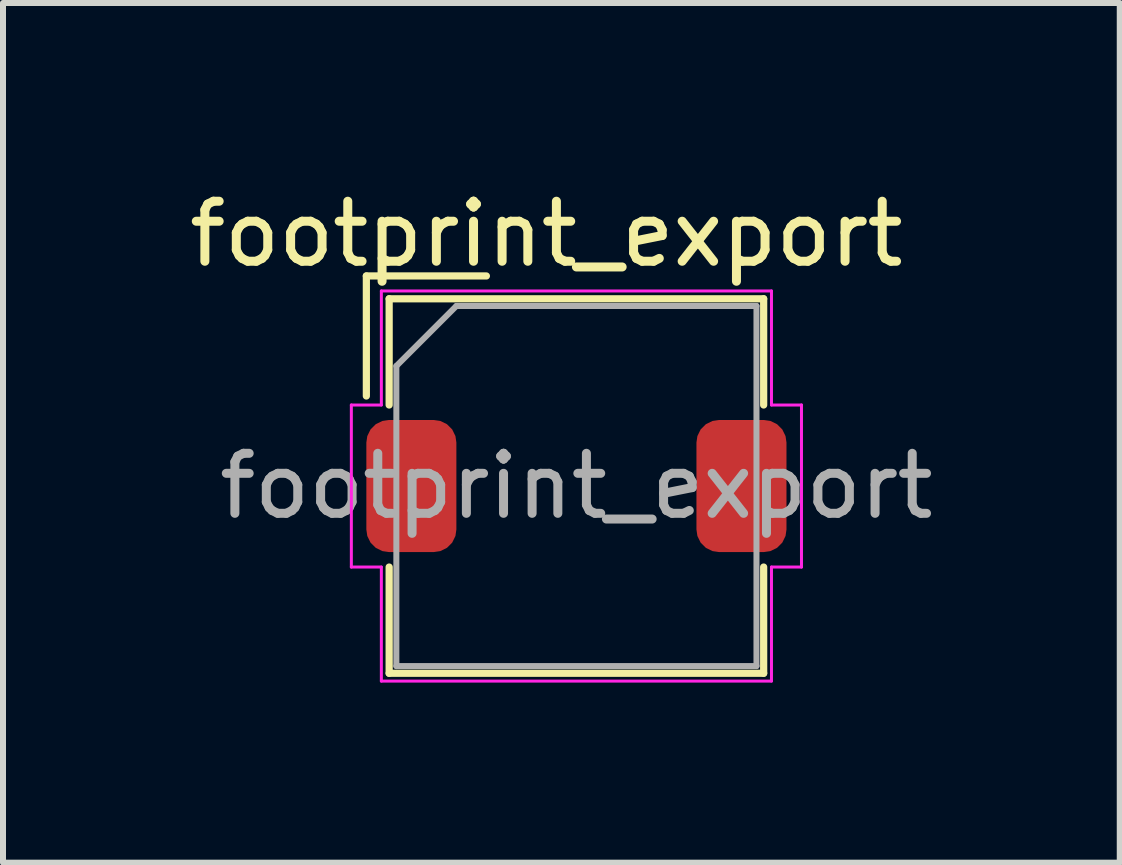
<source format=kicad_pcb>
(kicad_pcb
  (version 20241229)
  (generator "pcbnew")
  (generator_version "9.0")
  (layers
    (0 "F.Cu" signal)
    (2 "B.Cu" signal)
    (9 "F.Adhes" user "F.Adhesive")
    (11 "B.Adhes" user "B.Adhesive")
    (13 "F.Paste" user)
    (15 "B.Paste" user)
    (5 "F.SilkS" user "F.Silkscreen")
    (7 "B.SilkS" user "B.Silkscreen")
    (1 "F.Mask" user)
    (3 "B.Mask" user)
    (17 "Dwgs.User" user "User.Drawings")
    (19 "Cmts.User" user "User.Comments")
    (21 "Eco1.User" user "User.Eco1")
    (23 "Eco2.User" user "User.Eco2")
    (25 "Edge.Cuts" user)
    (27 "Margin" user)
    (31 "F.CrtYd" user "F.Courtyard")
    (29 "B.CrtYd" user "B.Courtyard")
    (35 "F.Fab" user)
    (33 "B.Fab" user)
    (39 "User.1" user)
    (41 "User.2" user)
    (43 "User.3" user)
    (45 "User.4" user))
  (footprint "footprint_export"
    (layer "F.Cu")
    (at 6.554 5.048)
    (property "Reference" "footprint_export" (at -0.5 -4.2 0) (layer "F.SilkS") (effects (font (size 1 1) (thickness 0.15))))
    (attr smd)
    (fp_line (start -3.5 -3.5) (end -1.5 -3.5) (stroke (width 0.12) (type solid)) (layer "F.SilkS"))
    (fp_line (start -3.5 -1.5) (end -3.5 -3.5) (stroke (width 0.12) (type solid)) (layer "F.SilkS"))
    (fp_line (start -3.12 -3.12) (end -3.12 -1.35) (stroke (width 0.12) (type solid)) (layer "F.SilkS"))
    (fp_line (start -3.12 -3.12) (end 3.12 -3.12) (stroke (width 0.12) (type solid)) (layer "F.SilkS"))
    (fp_line (start -3.12 1.35) (end -3.12 3.12) (stroke (width 0.12) (type solid)) (layer "F.SilkS"))
    (fp_line (start -3.12 3.12) (end 3.12 3.12) (stroke (width 0.12) (type solid)) (layer "F.SilkS"))
    (fp_line (start 3.12 -3.12) (end 3.12 -1.35) (stroke (width 0.12) (type solid)) (layer "F.SilkS"))
    (fp_line (start 3.12 1.35) (end 3.12 3.12) (stroke (width 0.12) (type solid)) (layer "F.SilkS"))
    (fp_line (start -3.75 -1.35) (end -3.75 1.35) (stroke (width 0.05) (type solid)) (layer "F.CrtYd"))
    (fp_line (start -3.75 1.35) (end -3.25 1.35) (stroke (width 0.05) (type solid)) (layer "F.CrtYd"))
    (fp_line (start -3.25 -3.25) (end -3.25 -1.35) (stroke (width 0.05) (type solid)) (layer "F.CrtYd"))
    (fp_line (start -3.25 -3.25) (end 3.25 -3.25) (stroke (width 0.05) (type solid)) (layer "F.CrtYd"))
    (fp_line (start -3.25 -1.35) (end -3.75 -1.35) (stroke (width 0.05) (type solid)) (layer "F.CrtYd"))
    (fp_line (start -3.25 1.35) (end -3.25 3.25) (stroke (width 0.05) (type solid)) (layer "F.CrtYd"))
    (fp_line (start -3.25 3.25) (end 3.25 3.25) (stroke (width 0.05) (type solid)) (layer "F.CrtYd"))
    (fp_line (start 3.25 -3.25) (end 3.25 -1.35) (stroke (width 0.05) (type solid)) (layer "F.CrtYd"))
    (fp_line (start 3.25 -1.35) (end 3.75 -1.35) (stroke (width 0.05) (type solid)) (layer "F.CrtYd"))
    (fp_line (start 3.25 1.35) (end 3.25 3.25) (stroke (width 0.05) (type solid)) (layer "F.CrtYd"))
    (fp_line (start 3.75 -1.35) (end 3.75 1.35) (stroke (width 0.05) (type solid)) (layer "F.CrtYd"))
    (fp_line (start 3.75 1.35) (end 3.25 1.35) (stroke (width 0.05) (type solid)) (layer "F.CrtYd"))
    (fp_line (start -3 -2) (end -2 -3) (stroke (width 0.1) (type solid)) (layer "F.Fab"))
    (fp_line (start -3 3) (end -3 -2) (stroke (width 0.1) (type solid)) (layer "F.Fab"))
    (fp_line (start -2 -3) (end 3 -3) (stroke (width 0.1) (type solid)) (layer "F.Fab"))
    (fp_line (start 3 -3) (end 3 3) (stroke (width 0.1) (type solid)) (layer "F.Fab"))
    (fp_line (start 3 3) (end -3 3) (stroke (width 0.1) (type solid)) (layer "F.Fab"))
    (fp_text user "${REFERENCE}" (at 0 0 0) (layer "F.Fab") (effects (font (size 1 1) (thickness 0.15))))
    (pad "1" smd roundrect (at -2.75 0) (size 1.5 2.2) (layers "F.Cu" "F.Mask" "F.Paste") (roundrect_rratio 0.25))
    (pad "2" smd roundrect (at 2.75 0) (size 1.5 2.2) (layers "F.Cu" "F.Mask" "F.Paste") (roundrect_rratio 0.25)))
  (gr_rect
    (start -3 -3)
    (end 15.607 11.323)
    (stroke (width 0.1) (type default))
    (fill no)
    (layer "Edge.Cuts")))
</source>
